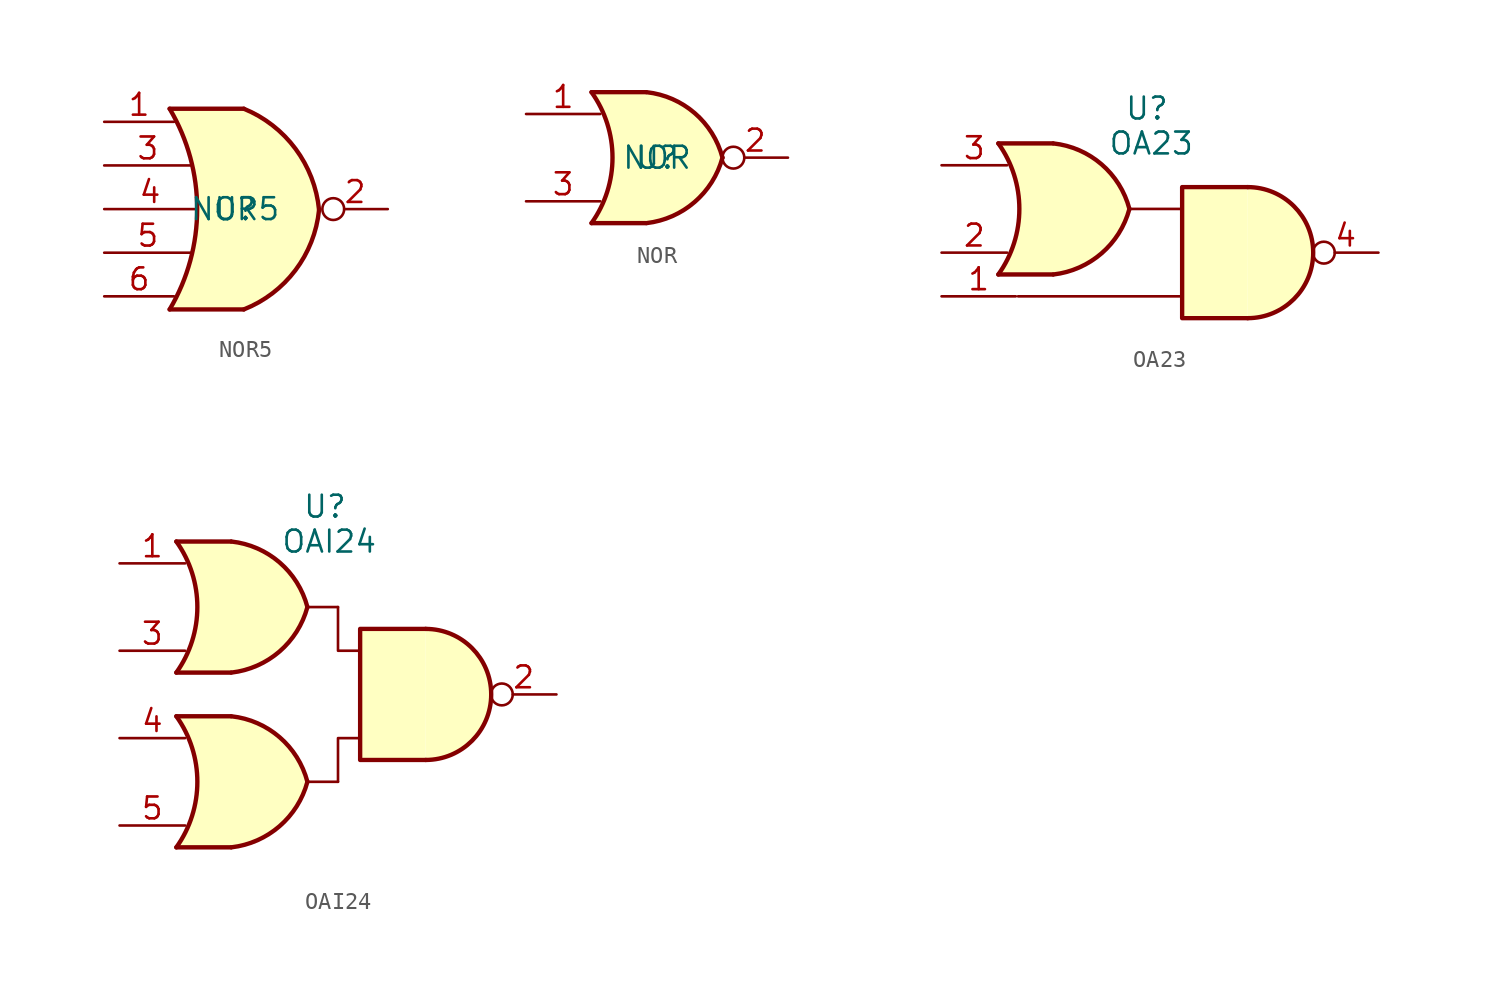
<source format=kicad_sym>
(kicad_symbol_lib
  (version 20231120)
  (generator "kicad_symbol_editor")
  (generator_version "8.0")
  (symbol "NOR5"
    (property "Reference" "U"
      (at 0 0 0)
      (effects (font (size 1.27 1.27))))
    (property "Value" "NOR5"
      (at 0 0 0)
      (effects (font (size 1.27 1.27))))
    (symbol "NOR5_1_1"
      (arc (start -3.81 -5.842) (mid -2.2076 0) (end -3.81 5.842) (stroke (width 0.254) (type default)) (fill (type none)))
      (polyline (pts (xy -3.81 -5.842) (xy 0.508 -5.842)) (stroke (width 0.254) (type default)) (fill (type background)))
      (polyline (pts (xy -3.81 5.842) (xy 0.508 5.842)) (stroke (width 0.254) (type default)) (fill (type background)))
      (polyline (pts (xy 0.508 5.842) (xy -3.81 5.842) (xy -3.81 5.842) (xy -3.302 4.826) (xy -2.794 3.556) (xy -2.54 2.54) (xy -2.286 0.762) (xy -2.286 -0.762) (xy -2.54 -2.54) (xy -3.175 -4.445) (xy -3.81 -5.842) (xy -3.81 -5.842) (xy 0.508 -5.842)) (stroke (width -25.4) (type default)) (fill (type background)))
      (arc (start 0.508 -5.842) (mid 3.5111 -3.5607) (end 4.8884 -0.0498) (stroke (width 0.254) (type default)) (fill (type background)))
      (arc (start 4.8884 -0.0498) (mid 3.5196 3.5068) (end 0.508 5.842) (stroke (width 0.254) (type default)) (fill (type background)))
      (pin input line (at -7.62 5.08 0) (length 4.064) (name "~" (effects (font (size 1.27 1.27)))) (number "1" (effects (font (size 1.27 1.27)))))
      (pin output inverted (at 8.89 0 180) (length 3.81) (name "~" (effects (font (size 1.27 1.27)))) (number "2" (effects (font (size 1.27 1.27)))))
      (pin input line (at -7.62 2.54 0) (length 5.08) (name "~" (effects (font (size 1.27 1.27)))) (number "3" (effects (font (size 1.27 1.27)))))
      (pin input line (at -7.62 0 0) (length 5.334) (name "~" (effects (font (size 1.27 1.27)))) (number "4" (effects (font (size 1.27 1.27)))))
      (pin input line (at -7.62 -2.54 0) (length 5.08) (name "~" (effects (font (size 1.27 1.27)))) (number "5" (effects (font (size 1.27 1.27)))))
      (pin input line (at -7.62 -5.08 0) (length 4.064) (name "~" (effects (font (size 1.27 1.27)))) (number "6" (effects (font (size 1.27 1.27)))))))
  (symbol "NOR"
    (property "Reference" "U"
      (at 0 0 0)
      (effects (font (size 1.27 1.27))))
    (property "Value" "NOR"
      (at 0 0 0)
      (effects (font (size 1.27 1.27))))
    (symbol "NOR_1_1"
      (arc (start -3.81 -3.81) (mid -2.589 0) (end -3.81 3.81) (stroke (width 0.254) (type default)) (fill (type none)))
      (arc (start -0.6096 -3.81) (mid 2.1842 -2.5851) (end 3.81 0) (stroke (width 0.254) (type default)) (fill (type background)))
      (polyline (pts (xy -3.81 -3.81) (xy -0.635 -3.81)) (stroke (width 0.254) (type default)) (fill (type background)))
      (polyline (pts (xy -3.81 3.81) (xy -0.635 3.81)) (stroke (width 0.254) (type default)) (fill (type background)))
      (polyline (pts (xy -0.635 3.81) (xy -3.81 3.81) (xy -3.81 3.81) (xy -3.556 3.404) (xy -3.023 2.261) (xy -2.692 1.041) (xy -2.616 -0.254) (xy -2.769 -1.499) (xy -3.175 -2.718) (xy -3.81 -3.81) (xy -3.81 -3.81) (xy -0.635 -3.81)) (stroke (width -25.4) (type default)) (fill (type background)))
      (arc (start 3.81 0) (mid 2.1915 2.5936) (end -0.6096 3.81) (stroke (width 0.254) (type default)) (fill (type background)))
      (pin input line (at -7.62 2.54 0) (length 4.318) (name "~" (effects (font (size 1.27 1.27)))) (number "1" (effects (font (size 1.27 1.27)))))
      (pin output inverted (at 7.62 0 180) (length 3.81) (name "~" (effects (font (size 1.27 1.27)))) (number "2" (effects (font (size 1.27 1.27)))))
      (pin input line (at -7.62 -2.54 0) (length 4.318) (name "~" (effects (font (size 1.27 1.27)))) (number "3" (effects (font (size 1.27 1.27)))))))
  (symbol "OA23"
    (property "Reference" "U"
      (at 4.318 5.842 0)
      (effects (font (size 1.27 1.27))))
    (property "Value" "OA23"
      (at 4.572 3.81 0)
      (effects (font (size 1.27 1.27))))
    (symbol "OA23_1_1"
      (arc (start -4.318 -3.81) (mid -3.097 0) (end -4.318 3.81) (stroke (width 0.254) (type default)) (fill (type none)))
      (arc (start -1.1176 -3.81) (mid 1.6777 -2.5841) (end 3.302 0) (stroke (width 0.254) (type default)) (fill (type background)))
      (polyline (pts (xy -4.318 -3.81) (xy -1.143 -3.81)) (stroke (width 0.254) (type default)) (fill (type background)))
      (polyline (pts (xy -4.318 3.81) (xy -1.143 3.81)) (stroke (width 0.254) (type default)) (fill (type background)))
      (polyline (pts (xy -3.175 -5.08) (xy 6.35 -5.08)) (stroke (width 0) (type default)) (fill (type none)))
      (polyline (pts (xy 3.302 0) (xy 6.35 0)) (stroke (width 0) (type default)) (fill (type none)))
      (polyline (pts (xy 10.177 1.27) (xy 6.367 1.27) (xy 6.367 -6.35) (xy 10.177 -6.35)) (stroke (width 0.254) (type default)) (fill (type background)))
      (polyline (pts (xy -1.143 3.81) (xy -4.318 3.81) (xy -4.318 3.81) (xy -4.064 3.404) (xy -3.531 2.261) (xy -3.2 1.041) (xy -3.124 -0.254) (xy -3.277 -1.499) (xy -3.683 -2.718) (xy -4.318 -3.81) (xy -4.318 -3.81) (xy -1.143 -3.81)) (stroke (width -25.4) (type default)) (fill (type background)))
      (arc (start 3.302 0) (mid 1.6848 2.5923) (end -1.1176 3.81) (stroke (width 0.254) (type default)) (fill (type background)))
      (arc (start 10.1766 -6.35) (mid 13.97 -2.54) (end 10.1766 1.27) (stroke (width 0.254) (type default)) (fill (type background)))
      (pin input line (at -7.62 -5.08 0) (length 4.318) (name "~" (effects (font (size 1.27 1.27)))) (number "1" (effects (font (size 1.27 1.27)))))
      (pin input line (at -7.62 -2.54 0) (length 3.81) (name "~" (effects (font (size 1.27 1.27)))) (number "2" (effects (font (size 1.27 1.27)))))
      (pin input line (at -7.62 2.54 0) (length 3.81) (name "~" (effects (font (size 1.27 1.27)))) (number "3" (effects (font (size 1.27 1.27)))))
      (pin output inverted (at 17.78 -2.54 180) (length 3.81) (name "~" (effects (font (size 1.27 1.27)))) (number "4" (effects (font (size 1.27 1.27)))))))
  (symbol "OAI24"
    (property "Reference" "U"
      (at 4.318 5.842 0)
      (effects (font (size 1.27 1.27))))
    (property "Value" "OAI24"
      (at 4.572 3.81 0)
      (effects (font (size 1.27 1.27))))
    (symbol "OAI24_0_1"
      (polyline (pts (xy 5.08 -10.16) (xy 5.08 -7.62) (xy 6.35 -7.62)) (stroke (width 0) (type default)) (fill (type none)))
      (polyline (pts (xy 5.08 0) (xy 5.08 -2.54) (xy 6.35 -2.54)) (stroke (width 0) (type default)) (fill (type none))))
    (symbol "OAI24_1_1"
      (arc (start -4.318 -13.97) (mid -3.097 -10.16) (end -4.318 -6.35) (stroke (width 0.254) (type default)) (fill (type none)))
      (arc (start -4.318 -3.81) (mid -3.097 0) (end -4.318 3.81) (stroke (width 0.254) (type default)) (fill (type none)))
      (arc (start -1.1176 -13.97) (mid 1.6776 -12.7441) (end 3.302 -10.16) (stroke (width 0.254) (type default)) (fill (type background)))
      (arc (start -1.1176 -3.81) (mid 1.6777 -2.5841) (end 3.302 0) (stroke (width 0.254) (type default)) (fill (type background)))
      (polyline (pts (xy -4.318 -13.97) (xy -1.143 -13.97)) (stroke (width 0.254) (type default)) (fill (type background)))
      (polyline (pts (xy -4.318 -6.35) (xy -1.143 -6.35)) (stroke (width 0.254) (type default)) (fill (type background)))
      (polyline (pts (xy -4.318 -3.81) (xy -1.143 -3.81)) (stroke (width 0.254) (type default)) (fill (type background)))
      (polyline (pts (xy -4.318 3.81) (xy -1.143 3.81)) (stroke (width 0.254) (type default)) (fill (type background)))
      (polyline (pts (xy 3.302 -10.16) (xy 5.08 -10.16)) (stroke (width 0) (type default)) (fill (type none)))
      (polyline (pts (xy 3.302 0) (xy 5.08 0)) (stroke (width 0) (type default)) (fill (type none)))
      (polyline (pts (xy 10.177 -1.27) (xy 6.367 -1.27) (xy 6.367 -8.89) (xy 10.177 -8.89)) (stroke (width 0.254) (type default)) (fill (type background)))
      (polyline (pts (xy -1.143 -6.35) (xy -4.318 -6.35) (xy -4.318 -6.35) (xy -4.064 -6.756) (xy -3.531 -7.899) (xy -3.2 -9.119) (xy -3.124 -10.414) (xy -3.277 -11.659) (xy -3.683 -12.878) (xy -4.318 -13.97) (xy -4.318 -13.97) (xy -1.143 -13.97)) (stroke (width -25.4) (type default)) (fill (type background)))
      (polyline (pts (xy -1.143 3.81) (xy -4.318 3.81) (xy -4.318 3.81) (xy -4.064 3.404) (xy -3.531 2.261) (xy -3.2 1.041) (xy -3.124 -0.254) (xy -3.277 -1.499) (xy -3.683 -2.718) (xy -4.318 -3.81) (xy -4.318 -3.81) (xy -1.143 -3.81)) (stroke (width -25.4) (type default)) (fill (type background)))
      (arc (start 3.302 -10.16) (mid 1.6848 -7.5676) (end -1.1176 -6.35) (stroke (width 0.254) (type default)) (fill (type background)))
      (arc (start 3.302 0) (mid 1.6848 2.5923) (end -1.1176 3.81) (stroke (width 0.254) (type default)) (fill (type background)))
      (arc (start 10.1766 -8.89) (mid 13.97 -5.08) (end 10.1766 -1.27) (stroke (width 0.254) (type default)) (fill (type background)))
      (pin input line (at -7.62 2.54 0) (length 3.81) (name "~" (effects (font (size 1.27 1.27)))) (number "1" (effects (font (size 1.27 1.27)))))
      (pin output inverted (at 17.78 -5.08 180) (length 3.81) (name "~" (effects (font (size 1.27 1.27)))) (number "2" (effects (font (size 1.27 1.27)))))
      (pin input line (at -7.62 -2.54 0) (length 3.81) (name "~" (effects (font (size 1.27 1.27)))) (number "3" (effects (font (size 1.27 1.27)))))
      (pin input line (at -7.62 -7.62 0) (length 3.81) (name "~" (effects (font (size 1.27 1.27)))) (number "4" (effects (font (size 1.27 1.27)))))
      (pin input line (at -7.62 -12.7 0) (length 3.81) (name "~" (effects (font (size 1.27 1.27)))) (number "5" (effects (font (size 1.27 1.27))))))))
</source>
